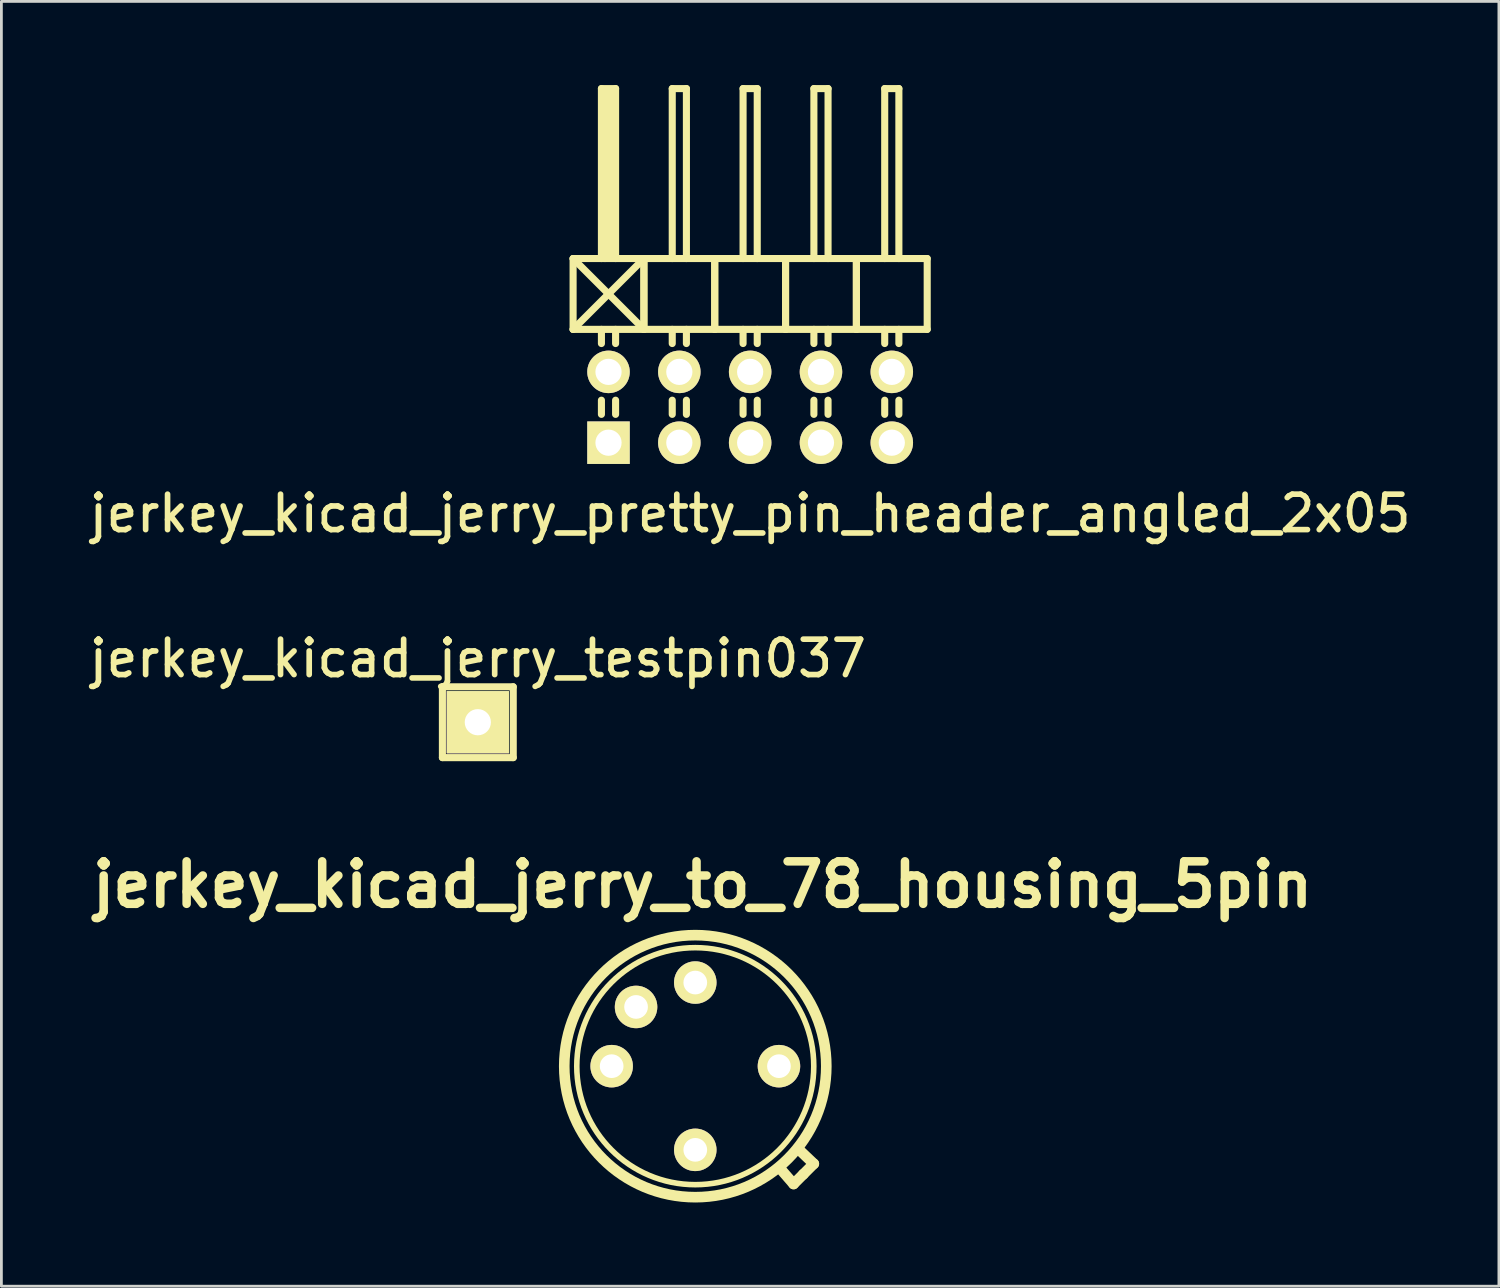
<source format=kicad_pcb>
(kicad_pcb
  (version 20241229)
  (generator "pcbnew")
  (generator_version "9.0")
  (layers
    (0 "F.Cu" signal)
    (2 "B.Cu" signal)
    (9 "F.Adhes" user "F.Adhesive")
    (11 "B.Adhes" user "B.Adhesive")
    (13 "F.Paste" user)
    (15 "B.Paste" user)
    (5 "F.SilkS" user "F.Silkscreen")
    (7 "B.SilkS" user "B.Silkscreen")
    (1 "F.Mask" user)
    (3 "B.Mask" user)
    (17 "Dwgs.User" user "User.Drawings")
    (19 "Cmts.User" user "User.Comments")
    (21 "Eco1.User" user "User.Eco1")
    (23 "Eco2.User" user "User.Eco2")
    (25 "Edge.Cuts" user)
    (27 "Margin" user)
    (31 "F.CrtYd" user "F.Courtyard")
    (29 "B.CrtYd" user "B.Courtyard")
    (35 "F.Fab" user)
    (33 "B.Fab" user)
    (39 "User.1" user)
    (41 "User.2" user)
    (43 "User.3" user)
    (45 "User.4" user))
  (footprint "jerkey_kicad_jerry_testpin037"
    (layer "F.Cu")
    (at 14.087 22.852)
    (property "Reference" "jerkey_kicad_jerry_testpin037" (at 0 -2.286 0) (layer "F.SilkS") (effects (font (size 1.27 1.27) (thickness 0.203))))
    (attr through_hole)
    (fp_line (start -1.27 -1.27) (end -1.27 1.27) (stroke (width 0.254) (type solid)) (layer "F.SilkS"))
    (fp_line (start -1.27 1.27) (end 1.27 1.27) (stroke (width 0.254) (type solid)) (layer "F.SilkS"))
    (fp_line (start 1.27 -1.27) (end -1.27 -1.27) (stroke (width 0.254) (type solid)) (layer "F.SilkS"))
    (fp_line (start 1.27 1.27) (end 1.27 -1.27) (stroke (width 0.254) (type solid)) (layer "F.SilkS"))
    (pad "1" thru_hole rect (at 0 0) (size 2.235 2.235) (drill 0.94) (layers "*.Cu" "*.Mask" "F.SilkS")))
  (footprint "jerkey_kicad_jerry_to_78_housing_5pin"
    (layer "F.Cu")
    (at 21.999 35.151)
    (property "Reference" "jerkey_kicad_jerry_to_78_housing_5pin" (at 0.15 -6.475 0) (layer "F.SilkS") (effects (font (size 1.524 1.524) (thickness 0.305))))
    (attr through_hole)
    (fp_line (start 3.413 4.263) (end 2.913 3.688) (stroke (width 0.381) (type solid)) (layer "F.SilkS"))
    (fp_line (start 3.763 3.913) (end 3.413 4.263) (stroke (width 0.381) (type solid)) (layer "F.SilkS"))
    (fp_line (start 3.763 3.913) (end 4.138 3.538) (stroke (width 0.381) (type solid)) (layer "F.SilkS"))
    (fp_line (start 4.138 3.538) (end 3.587 3.013) (stroke (width 0.381) (type solid)) (layer "F.SilkS"))
    (fp_circle (center -0.113 0.037) (end -0.113 -4.662) (stroke (width 0.381) (type solid)) (fill no) (layer "F.SilkS"))
    (fp_circle (center -0.113 0.037) (end -0.113 -4.213) (stroke (width 0.2) (type solid)) (fill no) (layer "F.SilkS"))
    (pad "1" thru_hole circle (at 2.888 0.037 90) (size 1.524 1.524) (drill 0.85) (layers "*.Cu" "*.Mask" "F.SilkS"))
    (pad "2" thru_hole circle (at -0.113 -2.962 90) (size 1.524 1.524) (drill 0.85) (layers "*.Cu" "*.Mask" "F.SilkS"))
    (pad "4" thru_hole circle (at -2.237 -2.087 90) (size 1.524 1.524) (drill 0.85) (layers "*.Cu" "*.Mask" "F.SilkS"))
    (pad "5" thru_hole circle (at -3.112 0.037 90) (size 1.524 1.524) (drill 0.85) (layers "*.Cu" "*.Mask" "F.SilkS"))
    (pad "7" thru_hole circle (at -0.113 3.038 90) (size 1.524 1.524) (drill 0.85) (layers "*.Cu" "*.Mask" "F.SilkS")))
  (footprint "jerkey_kicad_jerry_pretty_pin_header_angled_2x05"
    (layer "F.Cu")
    (at 23.854 11.557)
    (property "Reference" "jerkey_kicad_jerry_pretty_pin_header_angled_2x05" (at 0 3.81 0) (layer "F.SilkS") (effects (font (size 1.27 1.27) (thickness 0.203))))
    (attr through_hole)
    (fp_line (start -6.35 -5.334) (end -3.81 -2.794) (stroke (width 0.254) (type solid)) (layer "F.SilkS"))
    (fp_line (start -6.35 -2.794) (end -6.35 -5.334) (stroke (width 0.254) (type solid)) (layer "F.SilkS"))
    (fp_line (start -6.35 -2.794) (end -3.81 -5.334) (stroke (width 0.254) (type solid)) (layer "F.SilkS"))
    (fp_line (start -6.35 -2.794) (end -3.81 -2.794) (stroke (width 0.254) (type solid)) (layer "F.SilkS"))
    (fp_line (start -5.334 -11.43) (end -4.826 -11.43) (stroke (width 0.254) (type solid)) (layer "F.SilkS"))
    (fp_line (start -5.334 -5.334) (end -5.334 -11.43) (stroke (width 0.254) (type solid)) (layer "F.SilkS"))
    (fp_line (start -5.334 -2.794) (end -5.334 -2.286) (stroke (width 0.254) (type solid)) (layer "F.SilkS"))
    (fp_line (start -5.334 -0.254) (end -5.334 0.254) (stroke (width 0.254) (type solid)) (layer "F.SilkS"))
    (fp_line (start -5.207 -11.303) (end -4.953 -11.303) (stroke (width 0.254) (type solid)) (layer "F.SilkS"))
    (fp_line (start -5.207 -5.334) (end -5.207 -11.303) (stroke (width 0.254) (type solid)) (layer "F.SilkS"))
    (fp_line (start -5.08 -5.461) (end -5.08 -11.303) (stroke (width 0.254) (type solid)) (layer "F.SilkS"))
    (fp_line (start -4.953 -11.303) (end -4.953 -5.461) (stroke (width 0.254) (type solid)) (layer "F.SilkS"))
    (fp_line (start -4.953 -5.461) (end -5.08 -5.461) (stroke (width 0.254) (type solid)) (layer "F.SilkS"))
    (fp_line (start -4.826 -11.43) (end -4.826 -5.334) (stroke (width 0.254) (type solid)) (layer "F.SilkS"))
    (fp_line (start -4.826 -2.794) (end -4.826 -2.286) (stroke (width 0.254) (type solid)) (layer "F.SilkS"))
    (fp_line (start -4.826 -0.254) (end -4.826 0.254) (stroke (width 0.254) (type solid)) (layer "F.SilkS"))
    (fp_line (start -3.81 -5.334) (end -6.35 -5.334) (stroke (width 0.254) (type solid)) (layer "F.SilkS"))
    (fp_line (start -3.81 -2.794) (end -3.81 -5.334) (stroke (width 0.254) (type solid)) (layer "F.SilkS"))
    (fp_line (start -3.81 -2.794) (end -3.81 -5.334) (stroke (width 0.254) (type solid)) (layer "F.SilkS"))
    (fp_line (start -3.81 -2.794) (end -1.27 -2.794) (stroke (width 0.254) (type solid)) (layer "F.SilkS"))
    (fp_line (start -2.794 -11.43) (end -2.286 -11.43) (stroke (width 0.254) (type solid)) (layer "F.SilkS"))
    (fp_line (start -2.794 -5.334) (end -2.794 -11.43) (stroke (width 0.254) (type solid)) (layer "F.SilkS"))
    (fp_line (start -2.794 -2.794) (end -2.794 -2.286) (stroke (width 0.254) (type solid)) (layer "F.SilkS"))
    (fp_line (start -2.794 -0.254) (end -2.794 0.254) (stroke (width 0.254) (type solid)) (layer "F.SilkS"))
    (fp_line (start -2.286 -11.43) (end -2.286 -5.334) (stroke (width 0.254) (type solid)) (layer "F.SilkS"))
    (fp_line (start -2.286 -2.794) (end -2.286 -2.286) (stroke (width 0.254) (type solid)) (layer "F.SilkS"))
    (fp_line (start -2.286 -0.254) (end -2.286 0.254) (stroke (width 0.254) (type solid)) (layer "F.SilkS"))
    (fp_line (start -1.27 -5.334) (end -3.81 -5.334) (stroke (width 0.254) (type solid)) (layer "F.SilkS"))
    (fp_line (start -1.27 -2.794) (end -1.27 -5.334) (stroke (width 0.254) (type solid)) (layer "F.SilkS"))
    (fp_line (start -1.27 -2.794) (end -1.27 -5.334) (stroke (width 0.254) (type solid)) (layer "F.SilkS"))
    (fp_line (start -1.27 -2.794) (end 1.27 -2.794) (stroke (width 0.254) (type solid)) (layer "F.SilkS"))
    (fp_line (start -0.254 -11.43) (end 0.254 -11.43) (stroke (width 0.254) (type solid)) (layer "F.SilkS"))
    (fp_line (start -0.254 -5.334) (end -0.254 -11.43) (stroke (width 0.254) (type solid)) (layer "F.SilkS"))
    (fp_line (start -0.254 -2.794) (end -0.254 -2.286) (stroke (width 0.254) (type solid)) (layer "F.SilkS"))
    (fp_line (start -0.254 -0.254) (end -0.254 0.254) (stroke (width 0.254) (type solid)) (layer "F.SilkS"))
    (fp_line (start 0.254 -11.43) (end 0.254 -5.334) (stroke (width 0.254) (type solid)) (layer "F.SilkS"))
    (fp_line (start 0.254 -2.794) (end 0.254 -2.286) (stroke (width 0.254) (type solid)) (layer "F.SilkS"))
    (fp_line (start 0.254 -0.254) (end 0.254 0.254) (stroke (width 0.254) (type solid)) (layer "F.SilkS"))
    (fp_line (start 1.27 -5.334) (end -1.27 -5.334) (stroke (width 0.254) (type solid)) (layer "F.SilkS"))
    (fp_line (start 1.27 -2.794) (end 1.27 -5.334) (stroke (width 0.254) (type solid)) (layer "F.SilkS"))
    (fp_line (start 1.27 -2.794) (end 1.27 -5.334) (stroke (width 0.254) (type solid)) (layer "F.SilkS"))
    (fp_line (start 1.27 -2.794) (end 3.81 -2.794) (stroke (width 0.254) (type solid)) (layer "F.SilkS"))
    (fp_line (start 2.286 -11.43) (end 2.794 -11.43) (stroke (width 0.254) (type solid)) (layer "F.SilkS"))
    (fp_line (start 2.286 -5.334) (end 2.286 -11.43) (stroke (width 0.254) (type solid)) (layer "F.SilkS"))
    (fp_line (start 2.286 -2.794) (end 2.286 -2.286) (stroke (width 0.254) (type solid)) (layer "F.SilkS"))
    (fp_line (start 2.286 -0.254) (end 2.286 0.254) (stroke (width 0.254) (type solid)) (layer "F.SilkS"))
    (fp_line (start 2.794 -11.43) (end 2.794 -5.334) (stroke (width 0.254) (type solid)) (layer "F.SilkS"))
    (fp_line (start 2.794 -2.794) (end 2.794 -2.286) (stroke (width 0.254) (type solid)) (layer "F.SilkS"))
    (fp_line (start 2.794 -0.254) (end 2.794 0.254) (stroke (width 0.254) (type solid)) (layer "F.SilkS"))
    (fp_line (start 3.81 -5.334) (end 1.27 -5.334) (stroke (width 0.254) (type solid)) (layer "F.SilkS"))
    (fp_line (start 3.81 -2.794) (end 3.81 -5.334) (stroke (width 0.254) (type solid)) (layer "F.SilkS"))
    (fp_line (start 3.81 -2.794) (end 3.81 -5.334) (stroke (width 0.254) (type solid)) (layer "F.SilkS"))
    (fp_line (start 3.81 -2.794) (end 6.35 -2.794) (stroke (width 0.254) (type solid)) (layer "F.SilkS"))
    (fp_line (start 4.826 -11.43) (end 5.334 -11.43) (stroke (width 0.254) (type solid)) (layer "F.SilkS"))
    (fp_line (start 4.826 -5.334) (end 4.826 -11.43) (stroke (width 0.254) (type solid)) (layer "F.SilkS"))
    (fp_line (start 4.826 -2.794) (end 4.826 -2.286) (stroke (width 0.254) (type solid)) (layer "F.SilkS"))
    (fp_line (start 4.826 -0.254) (end 4.826 0.254) (stroke (width 0.254) (type solid)) (layer "F.SilkS"))
    (fp_line (start 5.334 -11.43) (end 5.334 -5.334) (stroke (width 0.254) (type solid)) (layer "F.SilkS"))
    (fp_line (start 5.334 -2.794) (end 5.334 -2.286) (stroke (width 0.254) (type solid)) (layer "F.SilkS"))
    (fp_line (start 5.334 -0.254) (end 5.334 0.254) (stroke (width 0.254) (type solid)) (layer "F.SilkS"))
    (fp_line (start 6.35 -5.334) (end 3.81 -5.334) (stroke (width 0.254) (type solid)) (layer "F.SilkS"))
    (fp_line (start 6.35 -2.794) (end 6.35 -5.334) (stroke (width 0.254) (type solid)) (layer "F.SilkS"))
    (pad "1" thru_hole rect (at -5.08 1.27) (size 1.524 1.524) (drill 0.94) (layers "*.Cu" "*.Mask" "F.SilkS"))
    (pad "2" thru_hole oval (at -5.08 -1.27) (size 1.524 1.524) (drill 0.94) (layers "*.Cu" "*.Mask" "F.SilkS"))
    (pad "3" thru_hole oval (at -2.54 1.27) (size 1.524 1.524) (drill 0.94) (layers "*.Cu" "*.Mask" "F.SilkS"))
    (pad "4" thru_hole oval (at -2.54 -1.27) (size 1.524 1.524) (drill 0.94) (layers "*.Cu" "*.Mask" "F.SilkS"))
    (pad "5" thru_hole oval (at 0 1.27) (size 1.524 1.524) (drill 0.94) (layers "*.Cu" "*.Mask" "F.SilkS"))
    (pad "6" thru_hole oval (at 0 -1.27) (size 1.524 1.524) (drill 0.94) (layers "*.Cu" "*.Mask" "F.SilkS"))
    (pad "7" thru_hole oval (at 2.54 1.27) (size 1.524 1.524) (drill 0.94) (layers "*.Cu" "*.Mask" "F.SilkS"))
    (pad "8" thru_hole oval (at 2.54 -1.27) (size 1.524 1.524) (drill 0.94) (layers "*.Cu" "*.Mask" "F.SilkS"))
    (pad "9" thru_hole oval (at 5.08 1.27) (size 1.524 1.524) (drill 0.94) (layers "*.Cu" "*.Mask" "F.SilkS"))
    (pad "10" thru_hole oval (at 5.08 -1.27) (size 1.524 1.524) (drill 0.94) (layers "*.Cu" "*.Mask" "F.SilkS")))
  (gr_rect
    (start -3 -3)
    (end 50.708 43.079)
    (stroke (width 0.1) (type default))
    (fill no)
    (layer "Edge.Cuts")))
</source>
